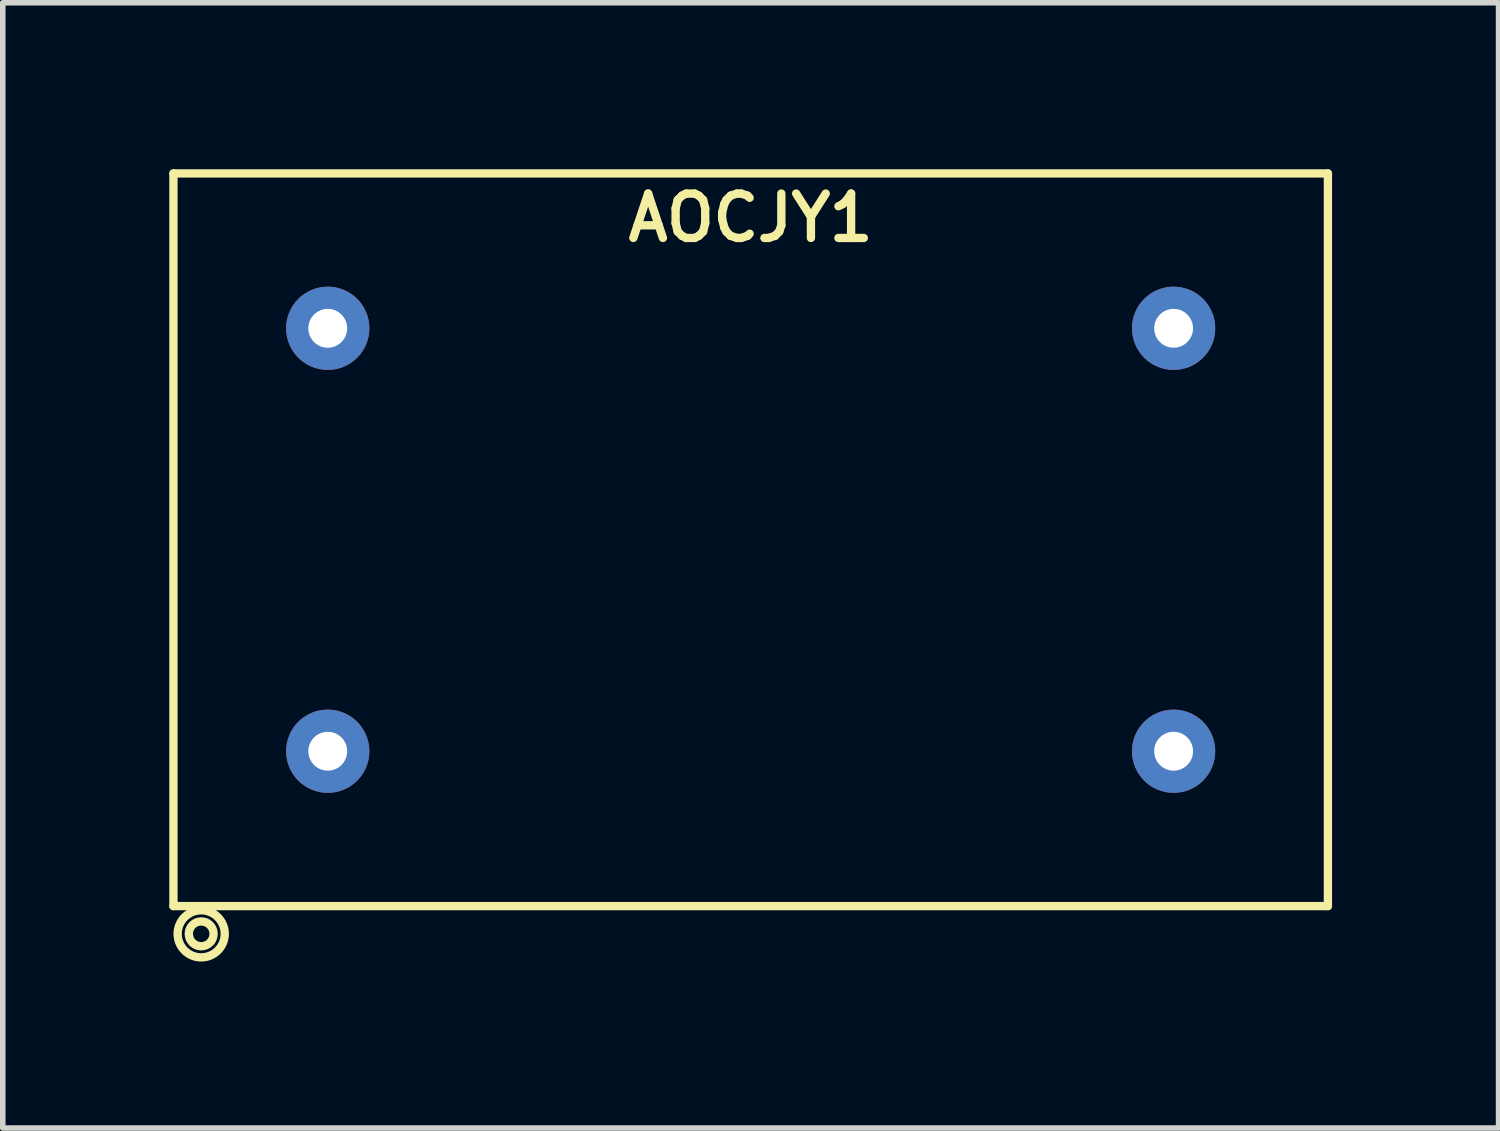
<source format=kicad_pcb>
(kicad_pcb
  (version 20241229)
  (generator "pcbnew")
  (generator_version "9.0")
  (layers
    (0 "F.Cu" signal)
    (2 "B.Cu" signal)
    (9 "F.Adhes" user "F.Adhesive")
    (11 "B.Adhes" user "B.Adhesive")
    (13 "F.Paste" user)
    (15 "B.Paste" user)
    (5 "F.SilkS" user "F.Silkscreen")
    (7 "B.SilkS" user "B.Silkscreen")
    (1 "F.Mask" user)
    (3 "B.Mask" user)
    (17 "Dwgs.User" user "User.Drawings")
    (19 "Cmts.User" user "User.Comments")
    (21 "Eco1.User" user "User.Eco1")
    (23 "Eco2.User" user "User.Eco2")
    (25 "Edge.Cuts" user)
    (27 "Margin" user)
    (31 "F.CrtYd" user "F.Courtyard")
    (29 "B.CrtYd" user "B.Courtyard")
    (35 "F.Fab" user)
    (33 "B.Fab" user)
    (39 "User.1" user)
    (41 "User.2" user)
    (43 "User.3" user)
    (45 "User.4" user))
  (footprint "AOCJY1"
    (layer "F.Cu")
    (at 10.475 6.675)
    (property "Reference" "AOCJY1" (at 0 -5.8 0) (layer "F.SilkS") (effects (font (size 0.8 0.8) (thickness 0.15))))
    (attr through_hole)
    (fp_line (start -10.4 -6.6) (end 10.4 -6.6) (stroke (width 0.15) (type solid)) (layer "F.SilkS"))
    (fp_line (start -10.4 6.6) (end -10.4 -6.6) (stroke (width 0.15) (type solid)) (layer "F.SilkS"))
    (fp_line (start 10.4 -6.6) (end 10.4 6.6) (stroke (width 0.15) (type solid)) (layer "F.SilkS"))
    (fp_line (start 10.4 6.6) (end -10.4 6.6) (stroke (width 0.15) (type solid)) (layer "F.SilkS"))
    (fp_circle (center -9.9 7.1) (end -9.8 7.3) (stroke (width 0.15) (type solid)) (fill no) (layer "F.SilkS"))
    (fp_circle (center -9.9 7.1) (end -9.6 7.4) (stroke (width 0.15) (type solid)) (fill no) (layer "F.SilkS"))
    (pad "1" thru_hole circle (at -7.62 3.81) (size 1.5 1.5) (drill 0.7) (layers "*.Cu" "*.Mask"))
    (pad "7" thru_hole circle (at 7.62 3.81) (size 1.5 1.5) (drill 0.7) (layers "*.Cu" "*.Mask"))
    (pad "8" thru_hole circle (at 7.62 -3.81) (size 1.5 1.5) (drill 0.7) (layers "*.Cu" "*.Mask"))
    (pad "14" thru_hole circle (at -7.62 -3.81) (size 1.5 1.5) (drill 0.7) (layers "*.Cu" "*.Mask")))
  (gr_rect
    (start -3 -3)
    (end 23.95 17.274)
    (stroke (width 0.1) (type default))
    (fill no)
    (layer "Edge.Cuts")))
</source>
